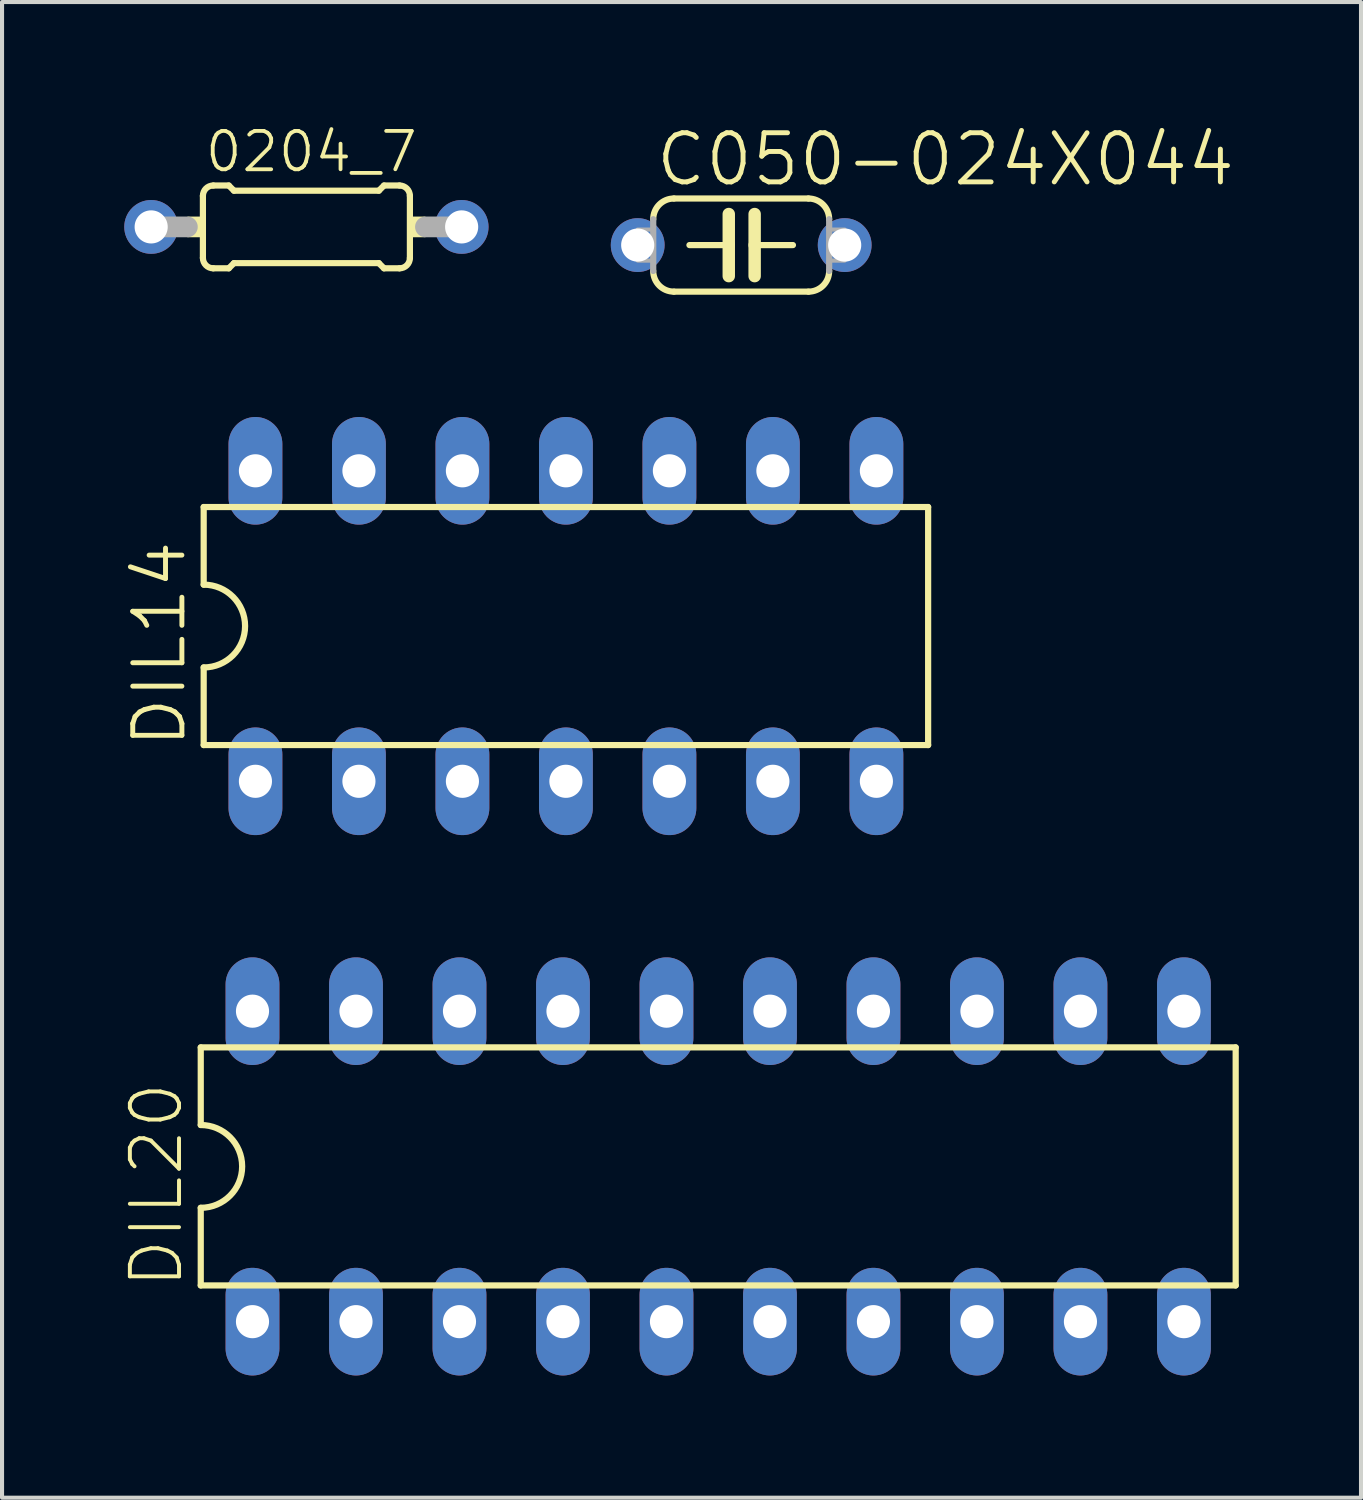
<source format=kicad_pcb>
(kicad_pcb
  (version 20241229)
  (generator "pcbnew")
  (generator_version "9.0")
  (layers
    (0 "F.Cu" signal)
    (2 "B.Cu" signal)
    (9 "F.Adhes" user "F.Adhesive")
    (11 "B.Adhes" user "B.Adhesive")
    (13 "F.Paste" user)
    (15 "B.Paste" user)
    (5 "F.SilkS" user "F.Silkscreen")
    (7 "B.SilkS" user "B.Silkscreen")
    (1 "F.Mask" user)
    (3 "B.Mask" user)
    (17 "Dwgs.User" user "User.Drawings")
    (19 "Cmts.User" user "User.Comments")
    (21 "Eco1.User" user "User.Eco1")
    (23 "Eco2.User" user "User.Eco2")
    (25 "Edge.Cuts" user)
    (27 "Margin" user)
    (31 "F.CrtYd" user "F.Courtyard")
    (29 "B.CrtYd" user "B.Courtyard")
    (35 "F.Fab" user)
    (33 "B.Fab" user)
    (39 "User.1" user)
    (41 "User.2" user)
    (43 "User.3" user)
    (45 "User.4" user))
  (footprint "C050-024X044"
    (layer "F.Cu")
    (at 15.141 2.965)
    (property "Reference" "C050-024X044" (at -2.159 -1.397 0) (layer "F.SilkS") (effects (font (size 1.206 1.206) (thickness 0.121)) (justify left bottom)))
    (attr through_hole)
    (fp_line (start -1.27 0) (end -0.305 0) (stroke (width 0.152) (type solid)) (layer "F.SilkS"))
    (fp_line (start -0.305 -0.762) (end -0.305 0) (stroke (width 0.305) (type solid)) (layer "F.SilkS"))
    (fp_line (start -0.305 0) (end -0.305 0.762) (stroke (width 0.305) (type solid)) (layer "F.SilkS"))
    (fp_line (start 0.33 -0.762) (end 0.33 0) (stroke (width 0.305) (type solid)) (layer "F.SilkS"))
    (fp_line (start 0.33 0) (end 0.33 0.762) (stroke (width 0.305) (type solid)) (layer "F.SilkS"))
    (fp_line (start 1.27 0) (end 0.33 0) (stroke (width 0.152) (type solid)) (layer "F.SilkS"))
    (fp_line (start 1.651 -1.143) (end -1.651 -1.143) (stroke (width 0.152) (type solid)) (layer "F.SilkS"))
    (fp_line (start 1.651 1.143) (end -1.651 1.143) (stroke (width 0.152) (type solid)) (layer "F.SilkS"))
    (fp_arc (start -2.159 -0.635) (mid -2.01021 -0.99421) (end -1.651 -1.143) (stroke (width 0.1524) (type solid)) (layer "F.SilkS"))
    (fp_arc (start -1.651 1.143) (mid -2.01021 0.99421) (end -2.159 0.635) (stroke (width 0.1524) (type solid)) (layer "F.SilkS"))
    (fp_arc (start 1.651 -1.143) (mid 2.01021 -0.99421) (end 2.159 -0.635) (stroke (width 0.1524) (type solid)) (layer "F.SilkS"))
    (fp_arc (start 2.159 0.635) (mid 2.01021 0.99421) (end 1.651 1.143) (stroke (width 0.1524) (type solid)) (layer "F.SilkS"))
    (fp_line (start -2.159 0.635) (end -2.159 -0.635) (stroke (width 0.152) (type solid)) (layer "F.Fab"))
    (fp_line (start 2.159 0.635) (end 2.159 -0.635) (stroke (width 0.152) (type solid)) (layer "F.Fab"))
    (fp_poly (pts (xy -2.54 0.381) (xy -2.159 0.381) (xy -2.159 -0.381) (xy -2.54 -0.381)) (stroke (width 0.1) (type solid)) (fill no) (layer "F.Fab"))
    (fp_poly (pts (xy 2.159 0.381) (xy 2.54 0.381) (xy 2.54 -0.381) (xy 2.159 -0.381)) (stroke (width 0.1) (type solid)) (fill no) (layer "F.Fab"))
    (pad "1" thru_hole circle (at -2.54 0) (size 1.321 1.321) (drill 0.813) (layers "*.Cu" "*.Mask"))
    (pad "2" thru_hole circle (at 2.54 0) (size 1.321 1.321) (drill 0.813) (layers "*.Cu" "*.Mask")))
  (footprint "DIL14"
    (layer "F.Cu")
    (at 10.839 12.315)
    (property "Reference" "DIL14" (at -9.271 3.048 270) (layer "F.SilkS") (effects (font (size 1.206 1.206) (thickness 0.121)) (justify left bottom)))
    (attr through_hole)
    (fp_line (start -8.89 -2.921) (end -8.89 -1.016) (stroke (width 0.152) (type solid)) (layer "F.SilkS"))
    (fp_line (start -8.89 2.921) (end -8.89 1.016) (stroke (width 0.152) (type solid)) (layer "F.SilkS"))
    (fp_line (start -8.89 2.921) (end 8.89 2.921) (stroke (width 0.152) (type solid)) (layer "F.SilkS"))
    (fp_line (start 8.89 -2.921) (end -8.89 -2.921) (stroke (width 0.152) (type solid)) (layer "F.SilkS"))
    (fp_line (start 8.89 -2.921) (end 8.89 2.921) (stroke (width 0.152) (type solid)) (layer "F.SilkS"))
    (fp_arc (start -8.89 -1.016) (mid -7.874 0) (end -8.89 1.016) (stroke (width 0.1524) (type solid)) (layer "F.SilkS"))
    (pad "1" thru_hole oval (at -7.62 3.81 90) (size 2.642 1.321) (drill 0.813) (layers "*.Cu" "*.Mask"))
    (pad "2" thru_hole oval (at -5.08 3.81 90) (size 2.642 1.321) (drill 0.813) (layers "*.Cu" "*.Mask"))
    (pad "3" thru_hole oval (at -2.54 3.81 90) (size 2.642 1.321) (drill 0.813) (layers "*.Cu" "*.Mask"))
    (pad "4" thru_hole oval (at 0 3.81 90) (size 2.642 1.321) (drill 0.813) (layers "*.Cu" "*.Mask"))
    (pad "5" thru_hole oval (at 2.54 3.81 90) (size 2.642 1.321) (drill 0.813) (layers "*.Cu" "*.Mask"))
    (pad "6" thru_hole oval (at 5.08 3.81 90) (size 2.642 1.321) (drill 0.813) (layers "*.Cu" "*.Mask"))
    (pad "7" thru_hole oval (at 7.62 3.81 90) (size 2.642 1.321) (drill 0.813) (layers "*.Cu" "*.Mask"))
    (pad "8" thru_hole oval (at 7.62 -3.81 90) (size 2.642 1.321) (drill 0.813) (layers "*.Cu" "*.Mask"))
    (pad "9" thru_hole oval (at 5.08 -3.81 90) (size 2.642 1.321) (drill 0.813) (layers "*.Cu" "*.Mask"))
    (pad "10" thru_hole oval (at 2.54 -3.81 90) (size 2.642 1.321) (drill 0.813) (layers "*.Cu" "*.Mask"))
    (pad "11" thru_hole oval (at 0 -3.81 90) (size 2.642 1.321) (drill 0.813) (layers "*.Cu" "*.Mask"))
    (pad "12" thru_hole oval (at -2.54 -3.81 90) (size 2.642 1.321) (drill 0.813) (layers "*.Cu" "*.Mask"))
    (pad "13" thru_hole oval (at -5.08 -3.81 90) (size 2.642 1.321) (drill 0.813) (layers "*.Cu" "*.Mask"))
    (pad "14" thru_hole oval (at -7.62 -3.81 90) (size 2.642 1.321) (drill 0.813) (layers "*.Cu" "*.Mask")))
  (footprint "DIL20"
    (layer "F.Cu")
    (at 14.577 25.577)
    (property "Reference" "DIL20" (at -13.081 3.048 270) (layer "F.SilkS") (effects (font (size 1.206 1.206) (thickness 0.097)) (justify left bottom)))
    (attr through_hole)
    (fp_line (start -12.7 -2.921) (end -12.7 -1.016) (stroke (width 0.152) (type solid)) (layer "F.SilkS"))
    (fp_line (start -12.7 2.921) (end -12.7 1.016) (stroke (width 0.152) (type solid)) (layer "F.SilkS"))
    (fp_line (start -12.7 2.921) (end 12.7 2.921) (stroke (width 0.152) (type solid)) (layer "F.SilkS"))
    (fp_line (start 12.7 -2.921) (end -12.7 -2.921) (stroke (width 0.152) (type solid)) (layer "F.SilkS"))
    (fp_line (start 12.7 -2.921) (end 12.7 2.921) (stroke (width 0.152) (type solid)) (layer "F.SilkS"))
    (fp_arc (start -12.7 -1.016) (mid -11.684 0) (end -12.7 1.016) (stroke (width 0.1524) (type solid)) (layer "F.SilkS"))
    (pad "1" thru_hole oval (at -11.43 3.81 90) (size 2.642 1.321) (drill 0.813) (layers "*.Cu" "*.Mask"))
    (pad "2" thru_hole oval (at -8.89 3.81 90) (size 2.642 1.321) (drill 0.813) (layers "*.Cu" "*.Mask"))
    (pad "3" thru_hole oval (at -6.35 3.81 90) (size 2.642 1.321) (drill 0.813) (layers "*.Cu" "*.Mask"))
    (pad "4" thru_hole oval (at -3.81 3.81 90) (size 2.642 1.321) (drill 0.813) (layers "*.Cu" "*.Mask"))
    (pad "5" thru_hole oval (at -1.27 3.81 90) (size 2.642 1.321) (drill 0.813) (layers "*.Cu" "*.Mask"))
    (pad "6" thru_hole oval (at 1.27 3.81 90) (size 2.642 1.321) (drill 0.813) (layers "*.Cu" "*.Mask"))
    (pad "7" thru_hole oval (at 3.81 3.81 90) (size 2.642 1.321) (drill 0.813) (layers "*.Cu" "*.Mask"))
    (pad "8" thru_hole oval (at 6.35 3.81 90) (size 2.642 1.321) (drill 0.813) (layers "*.Cu" "*.Mask"))
    (pad "9" thru_hole oval (at 8.89 3.81 90) (size 2.642 1.321) (drill 0.813) (layers "*.Cu" "*.Mask"))
    (pad "10" thru_hole oval (at 11.43 3.81 90) (size 2.642 1.321) (drill 0.813) (layers "*.Cu" "*.Mask"))
    (pad "11" thru_hole oval (at 11.43 -3.81 90) (size 2.642 1.321) (drill 0.813) (layers "*.Cu" "*.Mask"))
    (pad "12" thru_hole oval (at 8.89 -3.81 90) (size 2.642 1.321) (drill 0.813) (layers "*.Cu" "*.Mask"))
    (pad "13" thru_hole oval (at 6.35 -3.81 90) (size 2.642 1.321) (drill 0.813) (layers "*.Cu" "*.Mask"))
    (pad "14" thru_hole oval (at 3.81 -3.81 90) (size 2.642 1.321) (drill 0.813) (layers "*.Cu" "*.Mask"))
    (pad "15" thru_hole oval (at 1.27 -3.81 90) (size 2.642 1.321) (drill 0.813) (layers "*.Cu" "*.Mask"))
    (pad "16" thru_hole oval (at -1.27 -3.81 90) (size 2.642 1.321) (drill 0.813) (layers "*.Cu" "*.Mask"))
    (pad "17" thru_hole oval (at -3.81 -3.81 90) (size 2.642 1.321) (drill 0.813) (layers "*.Cu" "*.Mask"))
    (pad "18" thru_hole oval (at -6.35 -3.81 90) (size 2.642 1.321) (drill 0.813) (layers "*.Cu" "*.Mask"))
    (pad "19" thru_hole oval (at -8.89 -3.81 90) (size 2.642 1.321) (drill 0.813) (layers "*.Cu" "*.Mask"))
    (pad "20" thru_hole oval (at -11.43 -3.81 90) (size 2.642 1.321) (drill 0.813) (layers "*.Cu" "*.Mask")))
  (footprint "0204_7"
    (layer "F.Cu")
    (at 4.47 2.519)
    (property "Reference" "0204_7" (at -2.54 -1.295 0) (layer "F.SilkS") (effects (font (size 0.941 0.941) (thickness 0.094)) (justify left bottom)))
    (attr through_hole)
    (fp_line (start -2.54 0.762) (end -2.54 -0.762) (stroke (width 0.152) (type solid)) (layer "F.SilkS"))
    (fp_line (start -2.286 -1.016) (end -1.905 -1.016) (stroke (width 0.152) (type solid)) (layer "F.SilkS"))
    (fp_line (start -2.286 1.016) (end -1.905 1.016) (stroke (width 0.152) (type solid)) (layer "F.SilkS"))
    (fp_line (start -1.778 -0.889) (end -1.905 -1.016) (stroke (width 0.152) (type solid)) (layer "F.SilkS"))
    (fp_line (start -1.778 0.889) (end -1.905 1.016) (stroke (width 0.152) (type solid)) (layer "F.SilkS"))
    (fp_line (start 1.778 -0.889) (end -1.778 -0.889) (stroke (width 0.152) (type solid)) (layer "F.SilkS"))
    (fp_line (start 1.778 -0.889) (end 1.905 -1.016) (stroke (width 0.152) (type solid)) (layer "F.SilkS"))
    (fp_line (start 1.778 0.889) (end -1.778 0.889) (stroke (width 0.152) (type solid)) (layer "F.SilkS"))
    (fp_line (start 1.778 0.889) (end 1.905 1.016) (stroke (width 0.152) (type solid)) (layer "F.SilkS"))
    (fp_line (start 2.286 -1.016) (end 1.905 -1.016) (stroke (width 0.152) (type solid)) (layer "F.SilkS"))
    (fp_line (start 2.286 1.016) (end 1.905 1.016) (stroke (width 0.152) (type solid)) (layer "F.SilkS"))
    (fp_line (start 2.54 0.762) (end 2.54 -0.762) (stroke (width 0.152) (type solid)) (layer "F.SilkS"))
    (fp_arc (start -2.54 -0.762) (mid -2.465605 -0.941605) (end -2.286 -1.016) (stroke (width 0.1524) (type solid)) (layer "F.SilkS"))
    (fp_arc (start -2.286 1.016) (mid -2.465605 0.941605) (end -2.54 0.762) (stroke (width 0.1524) (type solid)) (layer "F.SilkS"))
    (fp_arc (start 2.286 -1.016) (mid 2.465605 -0.941605) (end 2.54 -0.762) (stroke (width 0.1524) (type solid)) (layer "F.SilkS"))
    (fp_arc (start 2.54 0.762) (mid 2.465605 0.941605) (end 2.286 1.016) (stroke (width 0.1524) (type solid)) (layer "F.SilkS"))
    (fp_poly (pts (xy -2.921 0.254) (xy -2.54 0.254) (xy -2.54 -0.254) (xy -2.921 -0.254)) (stroke (width 0) (type solid)) (fill yes) (layer "F.SilkS"))
    (fp_poly (pts (xy 2.54 0.254) (xy 2.921 0.254) (xy 2.921 -0.254) (xy 2.54 -0.254)) (stroke (width 0) (type solid)) (fill yes) (layer "F.SilkS"))
    (fp_line (start -3.81 0) (end -2.921 0) (stroke (width 0.508) (type solid)) (layer "F.Fab"))
    (fp_line (start 3.81 0) (end 2.921 0) (stroke (width 0.508) (type solid)) (layer "F.Fab"))
    (pad "1" thru_hole circle (at -3.81 0) (size 1.321 1.321) (drill 0.813) (layers "*.Cu" "*.Mask"))
    (pad "2" thru_hole circle (at 3.81 0) (size 1.321 1.321) (drill 0.813) (layers "*.Cu" "*.Mask")))
  (gr_rect
    (start -3 -3)
    (end 30.353 33.708)
    (stroke (width 0.1) (type default))
    (fill no)
    (layer "Edge.Cuts")))
</source>
